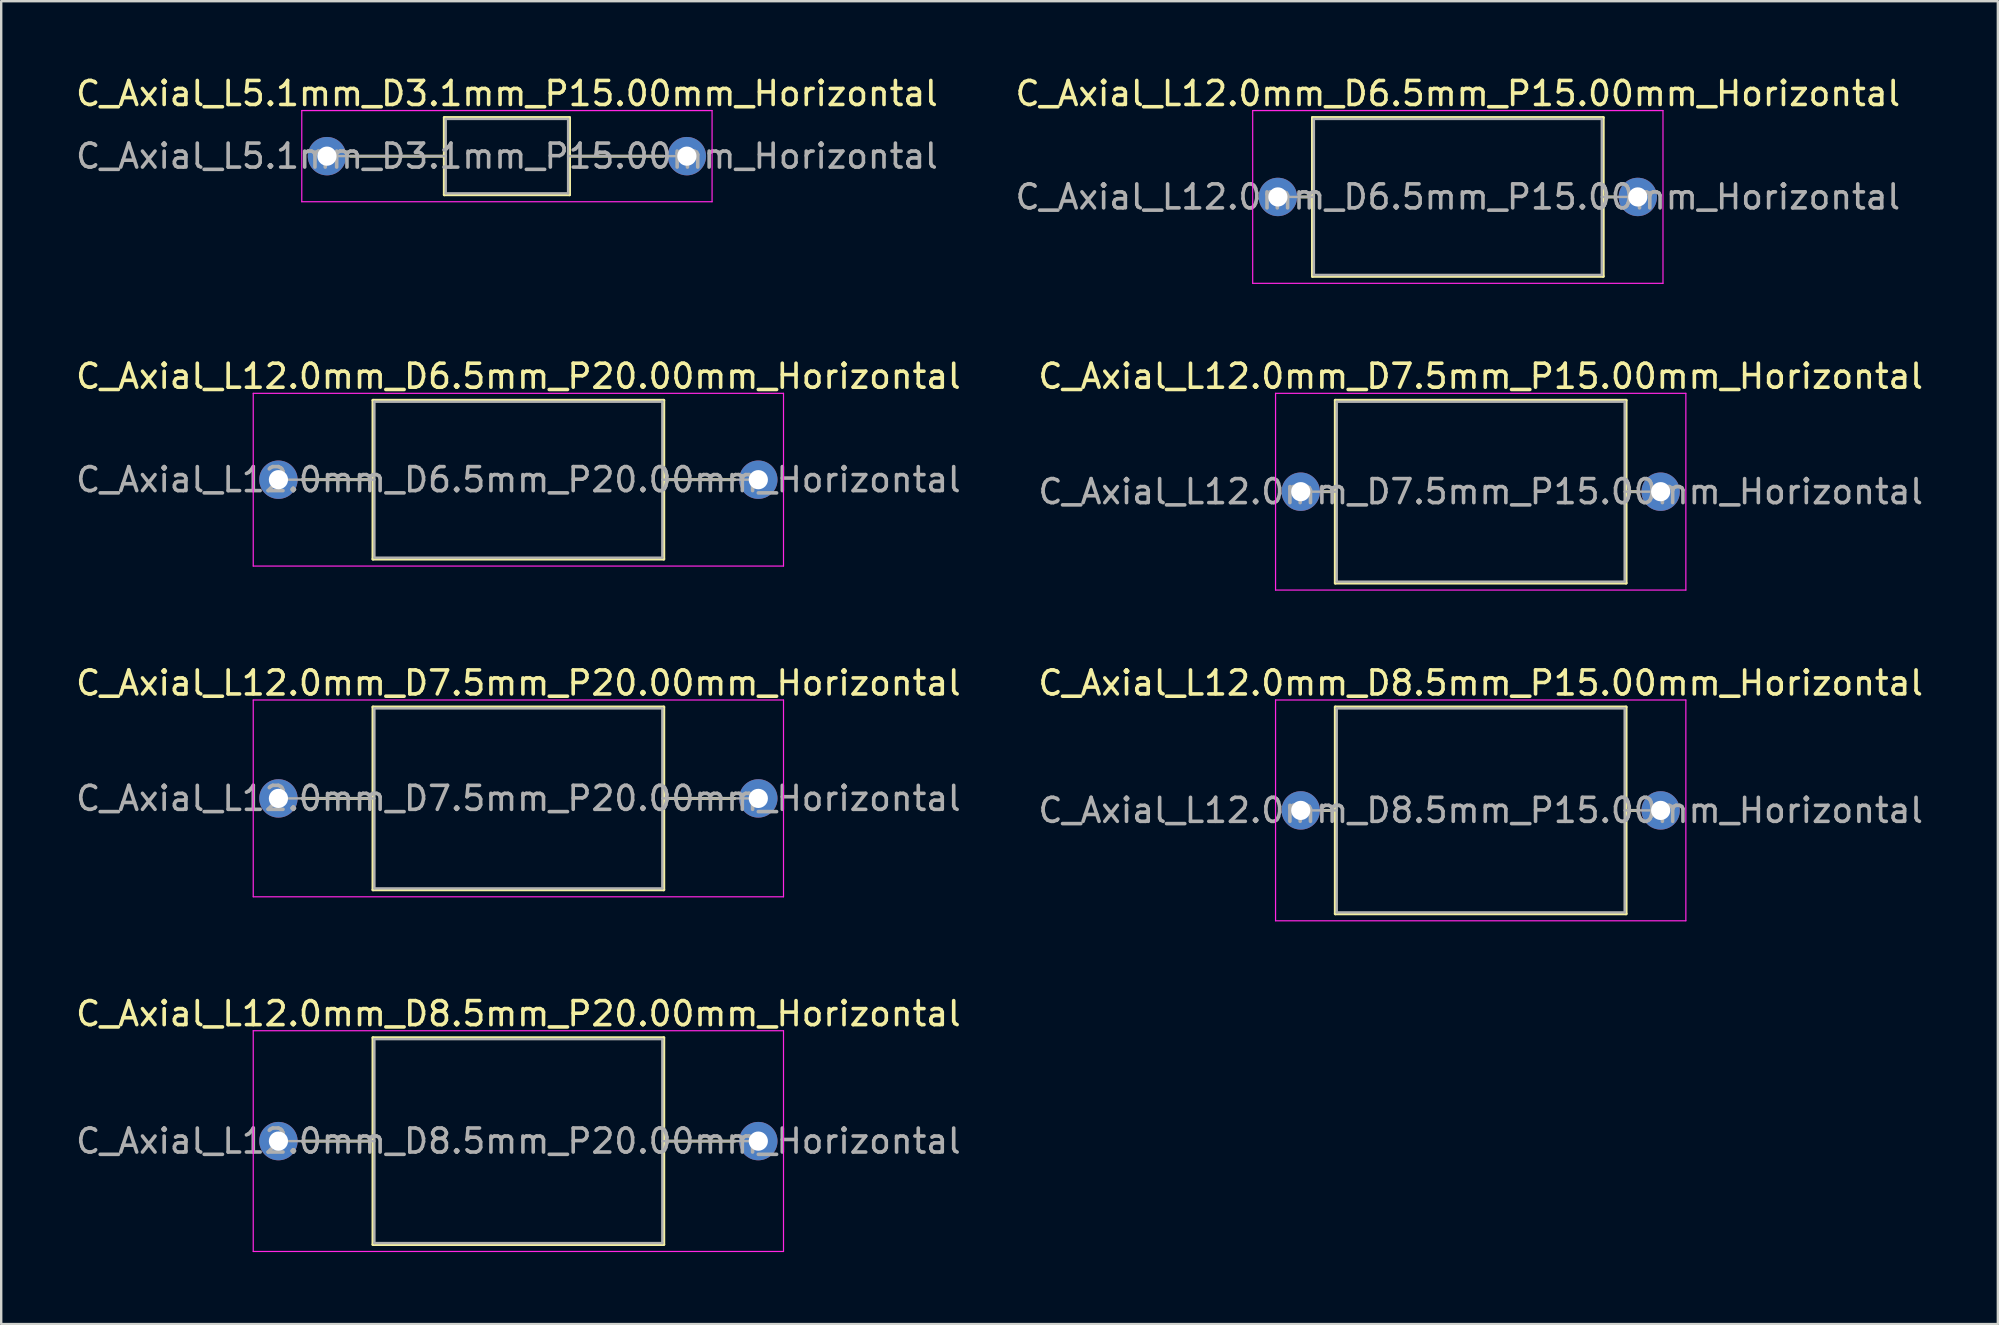
<source format=kicad_pcb>
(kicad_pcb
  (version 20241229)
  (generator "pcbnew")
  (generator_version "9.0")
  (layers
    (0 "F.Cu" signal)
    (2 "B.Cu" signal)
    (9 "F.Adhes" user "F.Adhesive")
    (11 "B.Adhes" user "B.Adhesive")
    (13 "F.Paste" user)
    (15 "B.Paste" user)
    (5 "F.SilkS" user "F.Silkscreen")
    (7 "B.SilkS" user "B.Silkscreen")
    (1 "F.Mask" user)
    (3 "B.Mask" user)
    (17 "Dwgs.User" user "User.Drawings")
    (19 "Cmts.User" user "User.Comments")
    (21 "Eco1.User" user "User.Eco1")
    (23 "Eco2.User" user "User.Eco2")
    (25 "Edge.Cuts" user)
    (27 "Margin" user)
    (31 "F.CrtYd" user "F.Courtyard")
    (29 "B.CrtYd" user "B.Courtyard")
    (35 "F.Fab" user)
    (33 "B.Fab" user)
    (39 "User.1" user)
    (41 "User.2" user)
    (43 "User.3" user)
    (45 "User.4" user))
  (footprint "C_Axial_L12.0mm_D7.5mm_P20.00mm_Horizontal"
    (layer "F.Cu")
    (at 8.554 30.225)
    (property "Reference" "C_Axial_L12.0mm_D7.5mm_P20.00mm_Horizontal" (at 10 -4.81 0) (layer "F.SilkS") (effects (font (size 1 1) (thickness 0.15))))
    (attr through_hole)
    (fp_line (start 0.98 0) (end 3.94 0) (stroke (width 0.12) (type solid)) (layer "F.SilkS"))
    (fp_line (start 3.94 -3.81) (end 3.94 3.81) (stroke (width 0.12) (type solid)) (layer "F.SilkS"))
    (fp_line (start 3.94 3.81) (end 16.06 3.81) (stroke (width 0.12) (type solid)) (layer "F.SilkS"))
    (fp_line (start 16.06 -3.81) (end 3.94 -3.81) (stroke (width 0.12) (type solid)) (layer "F.SilkS"))
    (fp_line (start 16.06 3.81) (end 16.06 -3.81) (stroke (width 0.12) (type solid)) (layer "F.SilkS"))
    (fp_line (start 19.02 0) (end 16.06 0) (stroke (width 0.12) (type solid)) (layer "F.SilkS"))
    (fp_line (start -1.05 -4.1) (end -1.05 4.1) (stroke (width 0.05) (type solid)) (layer "F.CrtYd"))
    (fp_line (start -1.05 4.1) (end 21.05 4.1) (stroke (width 0.05) (type solid)) (layer "F.CrtYd"))
    (fp_line (start 21.05 -4.1) (end -1.05 -4.1) (stroke (width 0.05) (type solid)) (layer "F.CrtYd"))
    (fp_line (start 21.05 4.1) (end 21.05 -4.1) (stroke (width 0.05) (type solid)) (layer "F.CrtYd"))
    (fp_line (start 0 0) (end 4 0) (stroke (width 0.1) (type solid)) (layer "F.Fab"))
    (fp_line (start 4 -3.75) (end 4 3.75) (stroke (width 0.1) (type solid)) (layer "F.Fab"))
    (fp_line (start 4 3.75) (end 16 3.75) (stroke (width 0.1) (type solid)) (layer "F.Fab"))
    (fp_line (start 16 -3.75) (end 4 -3.75) (stroke (width 0.1) (type solid)) (layer "F.Fab"))
    (fp_line (start 16 3.75) (end 16 -3.75) (stroke (width 0.1) (type solid)) (layer "F.Fab"))
    (fp_line (start 20 0) (end 16 0) (stroke (width 0.1) (type solid)) (layer "F.Fab"))
    (fp_text user "${REFERENCE}" (at 10 0 0) (layer "F.Fab") (effects (font (size 1 1) (thickness 0.15))))
    (pad "1" thru_hole circle (at 0 0) (size 1.6 1.6) (drill 0.8) (layers "*.Cu" "*.Mask"))
    (pad "2" thru_hole oval (at 20 0) (size 1.6 1.6) (drill 0.8) (layers "*.Cu" "*.Mask")))
  (footprint "C_Axial_L12.0mm_D6.5mm_P20.00mm_Horizontal"
    (layer "F.Cu")
    (at 8.554 16.942)
    (property "Reference" "C_Axial_L12.0mm_D6.5mm_P20.00mm_Horizontal" (at 10 -4.31 0) (layer "F.SilkS") (effects (font (size 1 1) (thickness 0.15))))
    (attr through_hole)
    (fp_line (start 0.98 0) (end 3.94 0) (stroke (width 0.12) (type solid)) (layer "F.SilkS"))
    (fp_line (start 3.94 -3.31) (end 3.94 3.31) (stroke (width 0.12) (type solid)) (layer "F.SilkS"))
    (fp_line (start 3.94 3.31) (end 16.06 3.31) (stroke (width 0.12) (type solid)) (layer "F.SilkS"))
    (fp_line (start 16.06 -3.31) (end 3.94 -3.31) (stroke (width 0.12) (type solid)) (layer "F.SilkS"))
    (fp_line (start 16.06 3.31) (end 16.06 -3.31) (stroke (width 0.12) (type solid)) (layer "F.SilkS"))
    (fp_line (start 19.02 0) (end 16.06 0) (stroke (width 0.12) (type solid)) (layer "F.SilkS"))
    (fp_line (start -1.05 -3.6) (end -1.05 3.6) (stroke (width 0.05) (type solid)) (layer "F.CrtYd"))
    (fp_line (start -1.05 3.6) (end 21.05 3.6) (stroke (width 0.05) (type solid)) (layer "F.CrtYd"))
    (fp_line (start 21.05 -3.6) (end -1.05 -3.6) (stroke (width 0.05) (type solid)) (layer "F.CrtYd"))
    (fp_line (start 21.05 3.6) (end 21.05 -3.6) (stroke (width 0.05) (type solid)) (layer "F.CrtYd"))
    (fp_line (start 0 0) (end 4 0) (stroke (width 0.1) (type solid)) (layer "F.Fab"))
    (fp_line (start 4 -3.25) (end 4 3.25) (stroke (width 0.1) (type solid)) (layer "F.Fab"))
    (fp_line (start 4 3.25) (end 16 3.25) (stroke (width 0.1) (type solid)) (layer "F.Fab"))
    (fp_line (start 16 -3.25) (end 4 -3.25) (stroke (width 0.1) (type solid)) (layer "F.Fab"))
    (fp_line (start 16 3.25) (end 16 -3.25) (stroke (width 0.1) (type solid)) (layer "F.Fab"))
    (fp_line (start 20 0) (end 16 0) (stroke (width 0.1) (type solid)) (layer "F.Fab"))
    (fp_text user "${REFERENCE}" (at 10 0 0) (layer "F.Fab") (effects (font (size 1 1) (thickness 0.15))))
    (pad "1" thru_hole circle (at 0 0) (size 1.6 1.6) (drill 0.8) (layers "*.Cu" "*.Mask"))
    (pad "2" thru_hole oval (at 20 0) (size 1.6 1.6) (drill 0.8) (layers "*.Cu" "*.Mask")))
  (footprint "C_Axial_L12.0mm_D7.5mm_P15.00mm_Horizontal"
    (layer "F.Cu")
    (at 51.161 17.442)
    (property "Reference" "C_Axial_L12.0mm_D7.5mm_P15.00mm_Horizontal" (at 7.5 -4.81 0) (layer "F.SilkS") (effects (font (size 1 1) (thickness 0.15))))
    (attr through_hole)
    (fp_line (start 0.98 0) (end 1.44 0) (stroke (width 0.12) (type solid)) (layer "F.SilkS"))
    (fp_line (start 1.44 -3.81) (end 1.44 3.81) (stroke (width 0.12) (type solid)) (layer "F.SilkS"))
    (fp_line (start 1.44 3.81) (end 13.56 3.81) (stroke (width 0.12) (type solid)) (layer "F.SilkS"))
    (fp_line (start 13.56 -3.81) (end 1.44 -3.81) (stroke (width 0.12) (type solid)) (layer "F.SilkS"))
    (fp_line (start 13.56 3.81) (end 13.56 -3.81) (stroke (width 0.12) (type solid)) (layer "F.SilkS"))
    (fp_line (start 14.02 0) (end 13.56 0) (stroke (width 0.12) (type solid)) (layer "F.SilkS"))
    (fp_line (start -1.05 -4.1) (end -1.05 4.1) (stroke (width 0.05) (type solid)) (layer "F.CrtYd"))
    (fp_line (start -1.05 4.1) (end 16.05 4.1) (stroke (width 0.05) (type solid)) (layer "F.CrtYd"))
    (fp_line (start 16.05 -4.1) (end -1.05 -4.1) (stroke (width 0.05) (type solid)) (layer "F.CrtYd"))
    (fp_line (start 16.05 4.1) (end 16.05 -4.1) (stroke (width 0.05) (type solid)) (layer "F.CrtYd"))
    (fp_line (start 0 0) (end 1.5 0) (stroke (width 0.1) (type solid)) (layer "F.Fab"))
    (fp_line (start 1.5 -3.75) (end 1.5 3.75) (stroke (width 0.1) (type solid)) (layer "F.Fab"))
    (fp_line (start 1.5 3.75) (end 13.5 3.75) (stroke (width 0.1) (type solid)) (layer "F.Fab"))
    (fp_line (start 13.5 -3.75) (end 1.5 -3.75) (stroke (width 0.1) (type solid)) (layer "F.Fab"))
    (fp_line (start 13.5 3.75) (end 13.5 -3.75) (stroke (width 0.1) (type solid)) (layer "F.Fab"))
    (fp_line (start 15 0) (end 13.5 0) (stroke (width 0.1) (type solid)) (layer "F.Fab"))
    (fp_text user "${REFERENCE}" (at 7.5 0 0) (layer "F.Fab") (effects (font (size 1 1) (thickness 0.15))))
    (pad "1" thru_hole circle (at 0 0) (size 1.6 1.6) (drill 0.8) (layers "*.Cu" "*.Mask"))
    (pad "2" thru_hole oval (at 15 0) (size 1.6 1.6) (drill 0.8) (layers "*.Cu" "*.Mask")))
  (footprint "C_Axial_L12.0mm_D8.5mm_P15.00mm_Horizontal"
    (layer "F.Cu")
    (at 51.161 30.725)
    (property "Reference" "C_Axial_L12.0mm_D8.5mm_P15.00mm_Horizontal" (at 7.5 -5.31 0) (layer "F.SilkS") (effects (font (size 1 1) (thickness 0.15))))
    (attr through_hole)
    (fp_line (start 0.98 0) (end 1.44 0) (stroke (width 0.12) (type solid)) (layer "F.SilkS"))
    (fp_line (start 1.44 -4.31) (end 1.44 4.31) (stroke (width 0.12) (type solid)) (layer "F.SilkS"))
    (fp_line (start 1.44 4.31) (end 13.56 4.31) (stroke (width 0.12) (type solid)) (layer "F.SilkS"))
    (fp_line (start 13.56 -4.31) (end 1.44 -4.31) (stroke (width 0.12) (type solid)) (layer "F.SilkS"))
    (fp_line (start 13.56 4.31) (end 13.56 -4.31) (stroke (width 0.12) (type solid)) (layer "F.SilkS"))
    (fp_line (start 14.02 0) (end 13.56 0) (stroke (width 0.12) (type solid)) (layer "F.SilkS"))
    (fp_line (start -1.05 -4.6) (end -1.05 4.6) (stroke (width 0.05) (type solid)) (layer "F.CrtYd"))
    (fp_line (start -1.05 4.6) (end 16.05 4.6) (stroke (width 0.05) (type solid)) (layer "F.CrtYd"))
    (fp_line (start 16.05 -4.6) (end -1.05 -4.6) (stroke (width 0.05) (type solid)) (layer "F.CrtYd"))
    (fp_line (start 16.05 4.6) (end 16.05 -4.6) (stroke (width 0.05) (type solid)) (layer "F.CrtYd"))
    (fp_line (start 0 0) (end 1.5 0) (stroke (width 0.1) (type solid)) (layer "F.Fab"))
    (fp_line (start 1.5 -4.25) (end 1.5 4.25) (stroke (width 0.1) (type solid)) (layer "F.Fab"))
    (fp_line (start 1.5 4.25) (end 13.5 4.25) (stroke (width 0.1) (type solid)) (layer "F.Fab"))
    (fp_line (start 13.5 -4.25) (end 1.5 -4.25) (stroke (width 0.1) (type solid)) (layer "F.Fab"))
    (fp_line (start 13.5 4.25) (end 13.5 -4.25) (stroke (width 0.1) (type solid)) (layer "F.Fab"))
    (fp_line (start 15 0) (end 13.5 0) (stroke (width 0.1) (type solid)) (layer "F.Fab"))
    (fp_text user "${REFERENCE}" (at 7.5 0 0) (layer "F.Fab") (effects (font (size 1 1) (thickness 0.15))))
    (pad "1" thru_hole circle (at 0 0) (size 1.6 1.6) (drill 0.8) (layers "*.Cu" "*.Mask"))
    (pad "2" thru_hole oval (at 15 0) (size 1.6 1.6) (drill 0.8) (layers "*.Cu" "*.Mask")))
  (footprint "C_Axial_L12.0mm_D8.5mm_P20.00mm_Horizontal"
    (layer "F.Cu")
    (at 8.554 44.508)
    (property "Reference" "C_Axial_L12.0mm_D8.5mm_P20.00mm_Horizontal" (at 10 -5.31 0) (layer "F.SilkS") (effects (font (size 1 1) (thickness 0.15))))
    (attr through_hole)
    (fp_line (start 0.98 0) (end 3.94 0) (stroke (width 0.12) (type solid)) (layer "F.SilkS"))
    (fp_line (start 3.94 -4.31) (end 3.94 4.31) (stroke (width 0.12) (type solid)) (layer "F.SilkS"))
    (fp_line (start 3.94 4.31) (end 16.06 4.31) (stroke (width 0.12) (type solid)) (layer "F.SilkS"))
    (fp_line (start 16.06 -4.31) (end 3.94 -4.31) (stroke (width 0.12) (type solid)) (layer "F.SilkS"))
    (fp_line (start 16.06 4.31) (end 16.06 -4.31) (stroke (width 0.12) (type solid)) (layer "F.SilkS"))
    (fp_line (start 19.02 0) (end 16.06 0) (stroke (width 0.12) (type solid)) (layer "F.SilkS"))
    (fp_line (start -1.05 -4.6) (end -1.05 4.6) (stroke (width 0.05) (type solid)) (layer "F.CrtYd"))
    (fp_line (start -1.05 4.6) (end 21.05 4.6) (stroke (width 0.05) (type solid)) (layer "F.CrtYd"))
    (fp_line (start 21.05 -4.6) (end -1.05 -4.6) (stroke (width 0.05) (type solid)) (layer "F.CrtYd"))
    (fp_line (start 21.05 4.6) (end 21.05 -4.6) (stroke (width 0.05) (type solid)) (layer "F.CrtYd"))
    (fp_line (start 0 0) (end 4 0) (stroke (width 0.1) (type solid)) (layer "F.Fab"))
    (fp_line (start 4 -4.25) (end 4 4.25) (stroke (width 0.1) (type solid)) (layer "F.Fab"))
    (fp_line (start 4 4.25) (end 16 4.25) (stroke (width 0.1) (type solid)) (layer "F.Fab"))
    (fp_line (start 16 -4.25) (end 4 -4.25) (stroke (width 0.1) (type solid)) (layer "F.Fab"))
    (fp_line (start 16 4.25) (end 16 -4.25) (stroke (width 0.1) (type solid)) (layer "F.Fab"))
    (fp_line (start 20 0) (end 16 0) (stroke (width 0.1) (type solid)) (layer "F.Fab"))
    (fp_text user "${REFERENCE}" (at 10 0 0) (layer "F.Fab") (effects (font (size 1 1) (thickness 0.15))))
    (pad "1" thru_hole circle (at 0 0) (size 1.6 1.6) (drill 0.8) (layers "*.Cu" "*.Mask"))
    (pad "2" thru_hole oval (at 20 0) (size 1.6 1.6) (drill 0.8) (layers "*.Cu" "*.Mask")))
  (footprint "C_Axial_L12.0mm_D6.5mm_P15.00mm_Horizontal"
    (layer "F.Cu")
    (at 50.208 5.158)
    (property "Reference" "C_Axial_L12.0mm_D6.5mm_P15.00mm_Horizontal" (at 7.5 -4.31 0) (layer "F.SilkS") (effects (font (size 1 1) (thickness 0.15))))
    (attr through_hole)
    (fp_line (start 0.98 0) (end 1.44 0) (stroke (width 0.12) (type solid)) (layer "F.SilkS"))
    (fp_line (start 1.44 -3.31) (end 1.44 3.31) (stroke (width 0.12) (type solid)) (layer "F.SilkS"))
    (fp_line (start 1.44 3.31) (end 13.56 3.31) (stroke (width 0.12) (type solid)) (layer "F.SilkS"))
    (fp_line (start 13.56 -3.31) (end 1.44 -3.31) (stroke (width 0.12) (type solid)) (layer "F.SilkS"))
    (fp_line (start 13.56 3.31) (end 13.56 -3.31) (stroke (width 0.12) (type solid)) (layer "F.SilkS"))
    (fp_line (start 14.02 0) (end 13.56 0) (stroke (width 0.12) (type solid)) (layer "F.SilkS"))
    (fp_line (start -1.05 -3.6) (end -1.05 3.6) (stroke (width 0.05) (type solid)) (layer "F.CrtYd"))
    (fp_line (start -1.05 3.6) (end 16.05 3.6) (stroke (width 0.05) (type solid)) (layer "F.CrtYd"))
    (fp_line (start 16.05 -3.6) (end -1.05 -3.6) (stroke (width 0.05) (type solid)) (layer "F.CrtYd"))
    (fp_line (start 16.05 3.6) (end 16.05 -3.6) (stroke (width 0.05) (type solid)) (layer "F.CrtYd"))
    (fp_line (start 0 0) (end 1.5 0) (stroke (width 0.1) (type solid)) (layer "F.Fab"))
    (fp_line (start 1.5 -3.25) (end 1.5 3.25) (stroke (width 0.1) (type solid)) (layer "F.Fab"))
    (fp_line (start 1.5 3.25) (end 13.5 3.25) (stroke (width 0.1) (type solid)) (layer "F.Fab"))
    (fp_line (start 13.5 -3.25) (end 1.5 -3.25) (stroke (width 0.1) (type solid)) (layer "F.Fab"))
    (fp_line (start 13.5 3.25) (end 13.5 -3.25) (stroke (width 0.1) (type solid)) (layer "F.Fab"))
    (fp_line (start 15 0) (end 13.5 0) (stroke (width 0.1) (type solid)) (layer "F.Fab"))
    (fp_text user "${REFERENCE}" (at 7.5 0 0) (layer "F.Fab") (effects (font (size 1 1) (thickness 0.15))))
    (pad "1" thru_hole circle (at 0 0) (size 1.6 1.6) (drill 0.8) (layers "*.Cu" "*.Mask"))
    (pad "2" thru_hole oval (at 15 0) (size 1.6 1.6) (drill 0.8) (layers "*.Cu" "*.Mask")))
  (footprint "C_Axial_L5.1mm_D3.1mm_P15.00mm_Horizontal"
    (layer "F.Cu")
    (at 10.577 3.458)
    (property "Reference" "C_Axial_L5.1mm_D3.1mm_P15.00mm_Horizontal" (at 7.5 -2.61 0) (layer "F.SilkS") (effects (font (size 1 1) (thickness 0.15))))
    (attr through_hole)
    (fp_line (start 0.98 0) (end 4.89 0) (stroke (width 0.12) (type solid)) (layer "F.SilkS"))
    (fp_line (start 4.89 -1.61) (end 4.89 1.61) (stroke (width 0.12) (type solid)) (layer "F.SilkS"))
    (fp_line (start 4.89 1.61) (end 10.11 1.61) (stroke (width 0.12) (type solid)) (layer "F.SilkS"))
    (fp_line (start 10.11 -1.61) (end 4.89 -1.61) (stroke (width 0.12) (type solid)) (layer "F.SilkS"))
    (fp_line (start 10.11 1.61) (end 10.11 -1.61) (stroke (width 0.12) (type solid)) (layer "F.SilkS"))
    (fp_line (start 14.02 0) (end 10.11 0) (stroke (width 0.12) (type solid)) (layer "F.SilkS"))
    (fp_line (start -1.05 -1.9) (end -1.05 1.9) (stroke (width 0.05) (type solid)) (layer "F.CrtYd"))
    (fp_line (start -1.05 1.9) (end 16.05 1.9) (stroke (width 0.05) (type solid)) (layer "F.CrtYd"))
    (fp_line (start 16.05 -1.9) (end -1.05 -1.9) (stroke (width 0.05) (type solid)) (layer "F.CrtYd"))
    (fp_line (start 16.05 1.9) (end 16.05 -1.9) (stroke (width 0.05) (type solid)) (layer "F.CrtYd"))
    (fp_line (start 0 0) (end 4.95 0) (stroke (width 0.1) (type solid)) (layer "F.Fab"))
    (fp_line (start 4.95 -1.55) (end 4.95 1.55) (stroke (width 0.1) (type solid)) (layer "F.Fab"))
    (fp_line (start 4.95 1.55) (end 10.05 1.55) (stroke (width 0.1) (type solid)) (layer "F.Fab"))
    (fp_line (start 10.05 -1.55) (end 4.95 -1.55) (stroke (width 0.1) (type solid)) (layer "F.Fab"))
    (fp_line (start 10.05 1.55) (end 10.05 -1.55) (stroke (width 0.1) (type solid)) (layer "F.Fab"))
    (fp_line (start 15 0) (end 10.05 0) (stroke (width 0.1) (type solid)) (layer "F.Fab"))
    (fp_text user "${REFERENCE}" (at 7.5 0 0) (layer "F.Fab") (effects (font (size 1 1) (thickness 0.15))))
    (pad "1" thru_hole circle (at 0 0) (size 1.6 1.6) (drill 0.8) (layers "*.Cu" "*.Mask"))
    (pad "2" thru_hole oval (at 15 0) (size 1.6 1.6) (drill 0.8) (layers "*.Cu" "*.Mask")))
  (gr_rect
    (start -3 -3)
    (end 80.214 52.133)
    (stroke (width 0.1) (type default))
    (fill no)
    (layer "Edge.Cuts")))
</source>
